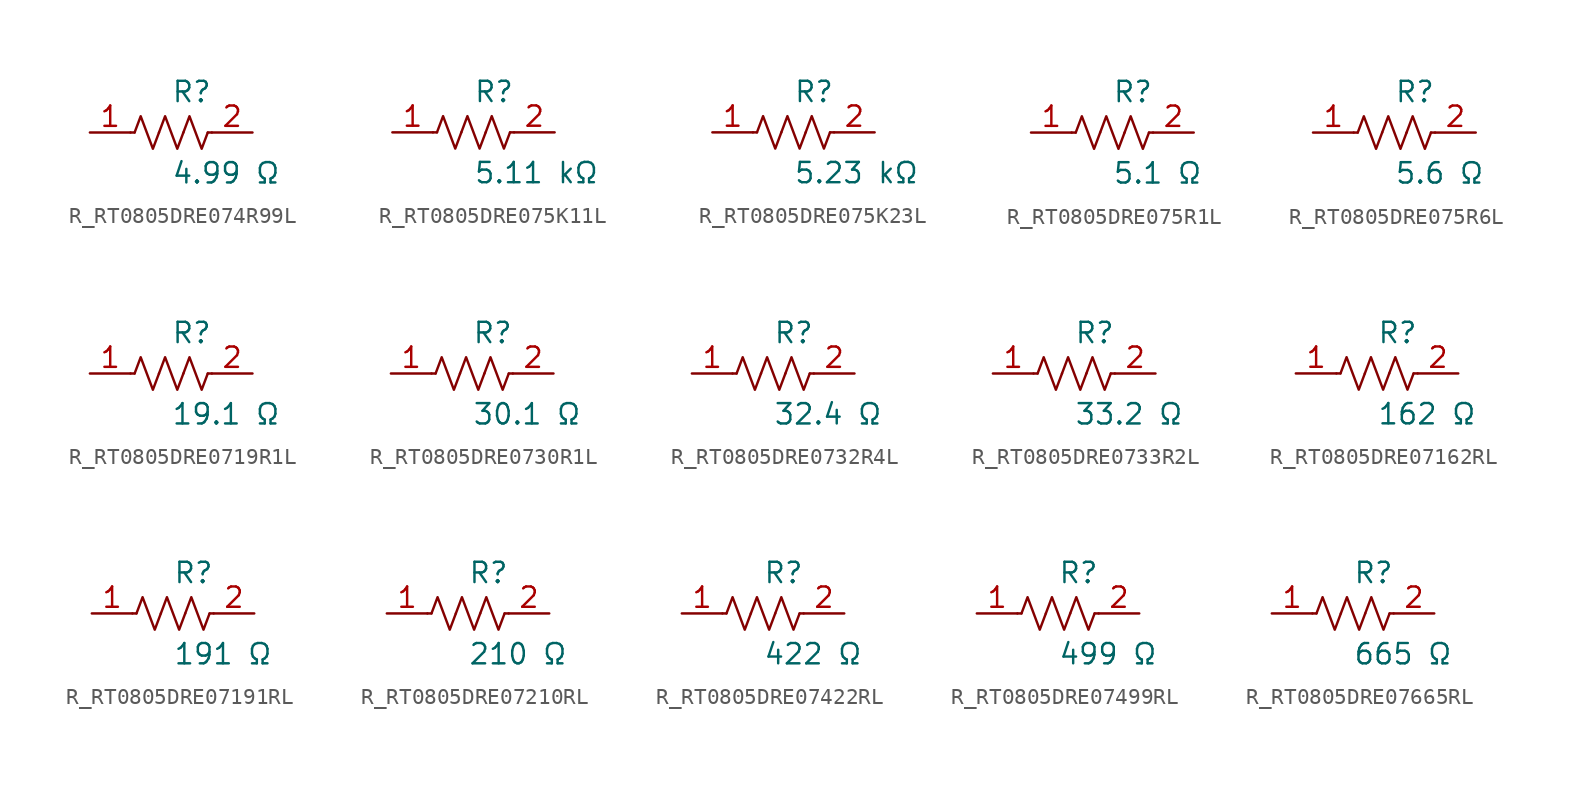
<source format=kicad_sym>
(kicad_symbol_lib
  (version 20231120)
  (generator kicad_symbol_editor)
  (generator_version 8.0)
  (symbol "R_RT0805DRE074R99L"
    (pin_names
      (offset 0.254))
    (property "Reference" "R"
      (at 0.0 2.54 0)
      (effects (font (size 1.27 1.27)) (justify left)))
    (property "Value" "4.99 Ω"
      (at 0.0 -2.54 0)
      (effects (font (size 1.27 1.27)) (justify left)))
    (symbol "R_RT0805DRE074R99L_0_1"
      (polyline (pts (xy 2.286 0) (xy 2.54 0)) (stroke (width 0) (type default)) (fill (type none)))
      (polyline (pts (xy -2.286 0) (xy -2.54 0)) (stroke (width 0) (type default)) (fill (type none)))
      (polyline (pts (xy 0.762 0) (xy 1.143 1.016) (xy 1.524 0) (xy 1.905 -1.016) (xy 2.286 0)) (stroke (width 0) (type default)) (fill (type none)))
      (polyline (pts (xy -0.762 0) (xy -0.381 1.016) (xy 0 0) (xy 0.381 -1.016) (xy 0.762 0)) (stroke (width 0) (type default)) (fill (type none)))
      (polyline (pts (xy -2.286 0) (xy -1.905 1.016) (xy -1.524 0) (xy -1.143 -1.016) (xy -0.762 0)) (stroke (width 0) (type default)) (fill (type none))))
    (pin unspecified line
      (at -5.08 0 0)
      (length 2.54)
      (name "" (effects (font (size 1.27 1.27))))
      (number "1" (effects (font (size 1.27 1.27)))))
    (pin unspecified line
      (at 5.08 0 180)
      (length 2.54)
      (name "" (effects (font (size 1.27 1.27))))
      (number "2" (effects (font (size 1.27 1.27))))))
  (symbol "R_RT0805DRE075K11L"
    (pin_names
      (offset 0.254))
    (property "Reference" "R"
      (at 0.0 2.54 0)
      (effects (font (size 1.27 1.27)) (justify left)))
    (property "Value" "5.11 kΩ"
      (at 0.0 -2.54 0)
      (effects (font (size 1.27 1.27)) (justify left)))
    (symbol "R_RT0805DRE075K11L_0_1"
      (polyline (pts (xy 2.286 0) (xy 2.54 0)) (stroke (width 0) (type default)) (fill (type none)))
      (polyline (pts (xy -2.286 0) (xy -2.54 0)) (stroke (width 0) (type default)) (fill (type none)))
      (polyline (pts (xy 0.762 0) (xy 1.143 1.016) (xy 1.524 0) (xy 1.905 -1.016) (xy 2.286 0)) (stroke (width 0) (type default)) (fill (type none)))
      (polyline (pts (xy -0.762 0) (xy -0.381 1.016) (xy 0 0) (xy 0.381 -1.016) (xy 0.762 0)) (stroke (width 0) (type default)) (fill (type none)))
      (polyline (pts (xy -2.286 0) (xy -1.905 1.016) (xy -1.524 0) (xy -1.143 -1.016) (xy -0.762 0)) (stroke (width 0) (type default)) (fill (type none))))
    (pin unspecified line
      (at -5.08 0 0)
      (length 2.54)
      (name "" (effects (font (size 1.27 1.27))))
      (number "1" (effects (font (size 1.27 1.27)))))
    (pin unspecified line
      (at 5.08 0 180)
      (length 2.54)
      (name "" (effects (font (size 1.27 1.27))))
      (number "2" (effects (font (size 1.27 1.27))))))
  (symbol "R_RT0805DRE075K23L"
    (pin_names
      (offset 0.254))
    (property "Reference" "R"
      (at 0.0 2.54 0)
      (effects (font (size 1.27 1.27)) (justify left)))
    (property "Value" "5.23 kΩ"
      (at 0.0 -2.54 0)
      (effects (font (size 1.27 1.27)) (justify left)))
    (symbol "R_RT0805DRE075K23L_0_1"
      (polyline (pts (xy 2.286 0) (xy 2.54 0)) (stroke (width 0) (type default)) (fill (type none)))
      (polyline (pts (xy -2.286 0) (xy -2.54 0)) (stroke (width 0) (type default)) (fill (type none)))
      (polyline (pts (xy 0.762 0) (xy 1.143 1.016) (xy 1.524 0) (xy 1.905 -1.016) (xy 2.286 0)) (stroke (width 0) (type default)) (fill (type none)))
      (polyline (pts (xy -0.762 0) (xy -0.381 1.016) (xy 0 0) (xy 0.381 -1.016) (xy 0.762 0)) (stroke (width 0) (type default)) (fill (type none)))
      (polyline (pts (xy -2.286 0) (xy -1.905 1.016) (xy -1.524 0) (xy -1.143 -1.016) (xy -0.762 0)) (stroke (width 0) (type default)) (fill (type none))))
    (pin unspecified line
      (at -5.08 0 0)
      (length 2.54)
      (name "" (effects (font (size 1.27 1.27))))
      (number "1" (effects (font (size 1.27 1.27)))))
    (pin unspecified line
      (at 5.08 0 180)
      (length 2.54)
      (name "" (effects (font (size 1.27 1.27))))
      (number "2" (effects (font (size 1.27 1.27))))))
  (symbol "R_RT0805DRE075R1L"
    (pin_names
      (offset 0.254))
    (property "Reference" "R"
      (at 0.0 2.54 0)
      (effects (font (size 1.27 1.27)) (justify left)))
    (property "Value" "5.1 Ω"
      (at 0.0 -2.54 0)
      (effects (font (size 1.27 1.27)) (justify left)))
    (symbol "R_RT0805DRE075R1L_0_1"
      (polyline (pts (xy 2.286 0) (xy 2.54 0)) (stroke (width 0) (type default)) (fill (type none)))
      (polyline (pts (xy -2.286 0) (xy -2.54 0)) (stroke (width 0) (type default)) (fill (type none)))
      (polyline (pts (xy 0.762 0) (xy 1.143 1.016) (xy 1.524 0) (xy 1.905 -1.016) (xy 2.286 0)) (stroke (width 0) (type default)) (fill (type none)))
      (polyline (pts (xy -0.762 0) (xy -0.381 1.016) (xy 0 0) (xy 0.381 -1.016) (xy 0.762 0)) (stroke (width 0) (type default)) (fill (type none)))
      (polyline (pts (xy -2.286 0) (xy -1.905 1.016) (xy -1.524 0) (xy -1.143 -1.016) (xy -0.762 0)) (stroke (width 0) (type default)) (fill (type none))))
    (pin unspecified line
      (at -5.08 0 0)
      (length 2.54)
      (name "" (effects (font (size 1.27 1.27))))
      (number "1" (effects (font (size 1.27 1.27)))))
    (pin unspecified line
      (at 5.08 0 180)
      (length 2.54)
      (name "" (effects (font (size 1.27 1.27))))
      (number "2" (effects (font (size 1.27 1.27))))))
  (symbol "R_RT0805DRE075R6L"
    (pin_names
      (offset 0.254))
    (property "Reference" "R"
      (at 0.0 2.54 0)
      (effects (font (size 1.27 1.27)) (justify left)))
    (property "Value" "5.6 Ω"
      (at 0.0 -2.54 0)
      (effects (font (size 1.27 1.27)) (justify left)))
    (symbol "R_RT0805DRE075R6L_0_1"
      (polyline (pts (xy 2.286 0) (xy 2.54 0)) (stroke (width 0) (type default)) (fill (type none)))
      (polyline (pts (xy -2.286 0) (xy -2.54 0)) (stroke (width 0) (type default)) (fill (type none)))
      (polyline (pts (xy 0.762 0) (xy 1.143 1.016) (xy 1.524 0) (xy 1.905 -1.016) (xy 2.286 0)) (stroke (width 0) (type default)) (fill (type none)))
      (polyline (pts (xy -0.762 0) (xy -0.381 1.016) (xy 0 0) (xy 0.381 -1.016) (xy 0.762 0)) (stroke (width 0) (type default)) (fill (type none)))
      (polyline (pts (xy -2.286 0) (xy -1.905 1.016) (xy -1.524 0) (xy -1.143 -1.016) (xy -0.762 0)) (stroke (width 0) (type default)) (fill (type none))))
    (pin unspecified line
      (at -5.08 0 0)
      (length 2.54)
      (name "" (effects (font (size 1.27 1.27))))
      (number "1" (effects (font (size 1.27 1.27)))))
    (pin unspecified line
      (at 5.08 0 180)
      (length 2.54)
      (name "" (effects (font (size 1.27 1.27))))
      (number "2" (effects (font (size 1.27 1.27))))))
  (symbol "R_RT0805DRE0719R1L"
    (pin_names
      (offset 0.254))
    (property "Reference" "R"
      (at 0.0 2.54 0)
      (effects (font (size 1.27 1.27)) (justify left)))
    (property "Value" "19.1 Ω"
      (at 0.0 -2.54 0)
      (effects (font (size 1.27 1.27)) (justify left)))
    (symbol "R_RT0805DRE0719R1L_0_1"
      (polyline (pts (xy 2.286 0) (xy 2.54 0)) (stroke (width 0) (type default)) (fill (type none)))
      (polyline (pts (xy -2.286 0) (xy -2.54 0)) (stroke (width 0) (type default)) (fill (type none)))
      (polyline (pts (xy 0.762 0) (xy 1.143 1.016) (xy 1.524 0) (xy 1.905 -1.016) (xy 2.286 0)) (stroke (width 0) (type default)) (fill (type none)))
      (polyline (pts (xy -0.762 0) (xy -0.381 1.016) (xy 0 0) (xy 0.381 -1.016) (xy 0.762 0)) (stroke (width 0) (type default)) (fill (type none)))
      (polyline (pts (xy -2.286 0) (xy -1.905 1.016) (xy -1.524 0) (xy -1.143 -1.016) (xy -0.762 0)) (stroke (width 0) (type default)) (fill (type none))))
    (pin unspecified line
      (at -5.08 0 0)
      (length 2.54)
      (name "" (effects (font (size 1.27 1.27))))
      (number "1" (effects (font (size 1.27 1.27)))))
    (pin unspecified line
      (at 5.08 0 180)
      (length 2.54)
      (name "" (effects (font (size 1.27 1.27))))
      (number "2" (effects (font (size 1.27 1.27))))))
  (symbol "R_RT0805DRE0730R1L"
    (pin_names
      (offset 0.254))
    (property "Reference" "R"
      (at 0.0 2.54 0)
      (effects (font (size 1.27 1.27)) (justify left)))
    (property "Value" "30.1 Ω"
      (at 0.0 -2.54 0)
      (effects (font (size 1.27 1.27)) (justify left)))
    (symbol "R_RT0805DRE0730R1L_0_1"
      (polyline (pts (xy 2.286 0) (xy 2.54 0)) (stroke (width 0) (type default)) (fill (type none)))
      (polyline (pts (xy -2.286 0) (xy -2.54 0)) (stroke (width 0) (type default)) (fill (type none)))
      (polyline (pts (xy 0.762 0) (xy 1.143 1.016) (xy 1.524 0) (xy 1.905 -1.016) (xy 2.286 0)) (stroke (width 0) (type default)) (fill (type none)))
      (polyline (pts (xy -0.762 0) (xy -0.381 1.016) (xy 0 0) (xy 0.381 -1.016) (xy 0.762 0)) (stroke (width 0) (type default)) (fill (type none)))
      (polyline (pts (xy -2.286 0) (xy -1.905 1.016) (xy -1.524 0) (xy -1.143 -1.016) (xy -0.762 0)) (stroke (width 0) (type default)) (fill (type none))))
    (pin unspecified line
      (at -5.08 0 0)
      (length 2.54)
      (name "" (effects (font (size 1.27 1.27))))
      (number "1" (effects (font (size 1.27 1.27)))))
    (pin unspecified line
      (at 5.08 0 180)
      (length 2.54)
      (name "" (effects (font (size 1.27 1.27))))
      (number "2" (effects (font (size 1.27 1.27))))))
  (symbol "R_RT0805DRE0732R4L"
    (pin_names
      (offset 0.254))
    (property "Reference" "R"
      (at 0.0 2.54 0)
      (effects (font (size 1.27 1.27)) (justify left)))
    (property "Value" "32.4 Ω"
      (at 0.0 -2.54 0)
      (effects (font (size 1.27 1.27)) (justify left)))
    (symbol "R_RT0805DRE0732R4L_0_1"
      (polyline (pts (xy 2.286 0) (xy 2.54 0)) (stroke (width 0) (type default)) (fill (type none)))
      (polyline (pts (xy -2.286 0) (xy -2.54 0)) (stroke (width 0) (type default)) (fill (type none)))
      (polyline (pts (xy 0.762 0) (xy 1.143 1.016) (xy 1.524 0) (xy 1.905 -1.016) (xy 2.286 0)) (stroke (width 0) (type default)) (fill (type none)))
      (polyline (pts (xy -0.762 0) (xy -0.381 1.016) (xy 0 0) (xy 0.381 -1.016) (xy 0.762 0)) (stroke (width 0) (type default)) (fill (type none)))
      (polyline (pts (xy -2.286 0) (xy -1.905 1.016) (xy -1.524 0) (xy -1.143 -1.016) (xy -0.762 0)) (stroke (width 0) (type default)) (fill (type none))))
    (pin unspecified line
      (at -5.08 0 0)
      (length 2.54)
      (name "" (effects (font (size 1.27 1.27))))
      (number "1" (effects (font (size 1.27 1.27)))))
    (pin unspecified line
      (at 5.08 0 180)
      (length 2.54)
      (name "" (effects (font (size 1.27 1.27))))
      (number "2" (effects (font (size 1.27 1.27))))))
  (symbol "R_RT0805DRE0733R2L"
    (pin_names
      (offset 0.254))
    (property "Reference" "R"
      (at 0.0 2.54 0)
      (effects (font (size 1.27 1.27)) (justify left)))
    (property "Value" "33.2 Ω"
      (at 0.0 -2.54 0)
      (effects (font (size 1.27 1.27)) (justify left)))
    (symbol "R_RT0805DRE0733R2L_0_1"
      (polyline (pts (xy 2.286 0) (xy 2.54 0)) (stroke (width 0) (type default)) (fill (type none)))
      (polyline (pts (xy -2.286 0) (xy -2.54 0)) (stroke (width 0) (type default)) (fill (type none)))
      (polyline (pts (xy 0.762 0) (xy 1.143 1.016) (xy 1.524 0) (xy 1.905 -1.016) (xy 2.286 0)) (stroke (width 0) (type default)) (fill (type none)))
      (polyline (pts (xy -0.762 0) (xy -0.381 1.016) (xy 0 0) (xy 0.381 -1.016) (xy 0.762 0)) (stroke (width 0) (type default)) (fill (type none)))
      (polyline (pts (xy -2.286 0) (xy -1.905 1.016) (xy -1.524 0) (xy -1.143 -1.016) (xy -0.762 0)) (stroke (width 0) (type default)) (fill (type none))))
    (pin unspecified line
      (at -5.08 0 0)
      (length 2.54)
      (name "" (effects (font (size 1.27 1.27))))
      (number "1" (effects (font (size 1.27 1.27)))))
    (pin unspecified line
      (at 5.08 0 180)
      (length 2.54)
      (name "" (effects (font (size 1.27 1.27))))
      (number "2" (effects (font (size 1.27 1.27))))))
  (symbol "R_RT0805DRE07162RL"
    (pin_names
      (offset 0.254))
    (property "Reference" "R"
      (at 0.0 2.54 0)
      (effects (font (size 1.27 1.27)) (justify left)))
    (property "Value" "162 Ω"
      (at 0.0 -2.54 0)
      (effects (font (size 1.27 1.27)) (justify left)))
    (symbol "R_RT0805DRE07162RL_0_1"
      (polyline (pts (xy 2.286 0) (xy 2.54 0)) (stroke (width 0) (type default)) (fill (type none)))
      (polyline (pts (xy -2.286 0) (xy -2.54 0)) (stroke (width 0) (type default)) (fill (type none)))
      (polyline (pts (xy 0.762 0) (xy 1.143 1.016) (xy 1.524 0) (xy 1.905 -1.016) (xy 2.286 0)) (stroke (width 0) (type default)) (fill (type none)))
      (polyline (pts (xy -0.762 0) (xy -0.381 1.016) (xy 0 0) (xy 0.381 -1.016) (xy 0.762 0)) (stroke (width 0) (type default)) (fill (type none)))
      (polyline (pts (xy -2.286 0) (xy -1.905 1.016) (xy -1.524 0) (xy -1.143 -1.016) (xy -0.762 0)) (stroke (width 0) (type default)) (fill (type none))))
    (pin unspecified line
      (at -5.08 0 0)
      (length 2.54)
      (name "" (effects (font (size 1.27 1.27))))
      (number "1" (effects (font (size 1.27 1.27)))))
    (pin unspecified line
      (at 5.08 0 180)
      (length 2.54)
      (name "" (effects (font (size 1.27 1.27))))
      (number "2" (effects (font (size 1.27 1.27))))))
  (symbol "R_RT0805DRE07191RL"
    (pin_names
      (offset 0.254))
    (property "Reference" "R"
      (at 0.0 2.54 0)
      (effects (font (size 1.27 1.27)) (justify left)))
    (property "Value" "191 Ω"
      (at 0.0 -2.54 0)
      (effects (font (size 1.27 1.27)) (justify left)))
    (symbol "R_RT0805DRE07191RL_0_1"
      (polyline (pts (xy 2.286 0) (xy 2.54 0)) (stroke (width 0) (type default)) (fill (type none)))
      (polyline (pts (xy -2.286 0) (xy -2.54 0)) (stroke (width 0) (type default)) (fill (type none)))
      (polyline (pts (xy 0.762 0) (xy 1.143 1.016) (xy 1.524 0) (xy 1.905 -1.016) (xy 2.286 0)) (stroke (width 0) (type default)) (fill (type none)))
      (polyline (pts (xy -0.762 0) (xy -0.381 1.016) (xy 0 0) (xy 0.381 -1.016) (xy 0.762 0)) (stroke (width 0) (type default)) (fill (type none)))
      (polyline (pts (xy -2.286 0) (xy -1.905 1.016) (xy -1.524 0) (xy -1.143 -1.016) (xy -0.762 0)) (stroke (width 0) (type default)) (fill (type none))))
    (pin unspecified line
      (at -5.08 0 0)
      (length 2.54)
      (name "" (effects (font (size 1.27 1.27))))
      (number "1" (effects (font (size 1.27 1.27)))))
    (pin unspecified line
      (at 5.08 0 180)
      (length 2.54)
      (name "" (effects (font (size 1.27 1.27))))
      (number "2" (effects (font (size 1.27 1.27))))))
  (symbol "R_RT0805DRE07210RL"
    (pin_names
      (offset 0.254))
    (property "Reference" "R"
      (at 0.0 2.54 0)
      (effects (font (size 1.27 1.27)) (justify left)))
    (property "Value" "210 Ω"
      (at 0.0 -2.54 0)
      (effects (font (size 1.27 1.27)) (justify left)))
    (symbol "R_RT0805DRE07210RL_0_1"
      (polyline (pts (xy 2.286 0) (xy 2.54 0)) (stroke (width 0) (type default)) (fill (type none)))
      (polyline (pts (xy -2.286 0) (xy -2.54 0)) (stroke (width 0) (type default)) (fill (type none)))
      (polyline (pts (xy 0.762 0) (xy 1.143 1.016) (xy 1.524 0) (xy 1.905 -1.016) (xy 2.286 0)) (stroke (width 0) (type default)) (fill (type none)))
      (polyline (pts (xy -0.762 0) (xy -0.381 1.016) (xy 0 0) (xy 0.381 -1.016) (xy 0.762 0)) (stroke (width 0) (type default)) (fill (type none)))
      (polyline (pts (xy -2.286 0) (xy -1.905 1.016) (xy -1.524 0) (xy -1.143 -1.016) (xy -0.762 0)) (stroke (width 0) (type default)) (fill (type none))))
    (pin unspecified line
      (at -5.08 0 0)
      (length 2.54)
      (name "" (effects (font (size 1.27 1.27))))
      (number "1" (effects (font (size 1.27 1.27)))))
    (pin unspecified line
      (at 5.08 0 180)
      (length 2.54)
      (name "" (effects (font (size 1.27 1.27))))
      (number "2" (effects (font (size 1.27 1.27))))))
  (symbol "R_RT0805DRE07422RL"
    (pin_names
      (offset 0.254))
    (property "Reference" "R"
      (at 0.0 2.54 0)
      (effects (font (size 1.27 1.27)) (justify left)))
    (property "Value" "422 Ω"
      (at 0.0 -2.54 0)
      (effects (font (size 1.27 1.27)) (justify left)))
    (symbol "R_RT0805DRE07422RL_0_1"
      (polyline (pts (xy 2.286 0) (xy 2.54 0)) (stroke (width 0) (type default)) (fill (type none)))
      (polyline (pts (xy -2.286 0) (xy -2.54 0)) (stroke (width 0) (type default)) (fill (type none)))
      (polyline (pts (xy 0.762 0) (xy 1.143 1.016) (xy 1.524 0) (xy 1.905 -1.016) (xy 2.286 0)) (stroke (width 0) (type default)) (fill (type none)))
      (polyline (pts (xy -0.762 0) (xy -0.381 1.016) (xy 0 0) (xy 0.381 -1.016) (xy 0.762 0)) (stroke (width 0) (type default)) (fill (type none)))
      (polyline (pts (xy -2.286 0) (xy -1.905 1.016) (xy -1.524 0) (xy -1.143 -1.016) (xy -0.762 0)) (stroke (width 0) (type default)) (fill (type none))))
    (pin unspecified line
      (at -5.08 0 0)
      (length 2.54)
      (name "" (effects (font (size 1.27 1.27))))
      (number "1" (effects (font (size 1.27 1.27)))))
    (pin unspecified line
      (at 5.08 0 180)
      (length 2.54)
      (name "" (effects (font (size 1.27 1.27))))
      (number "2" (effects (font (size 1.27 1.27))))))
  (symbol "R_RT0805DRE07499RL"
    (pin_names
      (offset 0.254))
    (property "Reference" "R"
      (at 0.0 2.54 0)
      (effects (font (size 1.27 1.27)) (justify left)))
    (property "Value" "499 Ω"
      (at 0.0 -2.54 0)
      (effects (font (size 1.27 1.27)) (justify left)))
    (symbol "R_RT0805DRE07499RL_0_1"
      (polyline (pts (xy 2.286 0) (xy 2.54 0)) (stroke (width 0) (type default)) (fill (type none)))
      (polyline (pts (xy -2.286 0) (xy -2.54 0)) (stroke (width 0) (type default)) (fill (type none)))
      (polyline (pts (xy 0.762 0) (xy 1.143 1.016) (xy 1.524 0) (xy 1.905 -1.016) (xy 2.286 0)) (stroke (width 0) (type default)) (fill (type none)))
      (polyline (pts (xy -0.762 0) (xy -0.381 1.016) (xy 0 0) (xy 0.381 -1.016) (xy 0.762 0)) (stroke (width 0) (type default)) (fill (type none)))
      (polyline (pts (xy -2.286 0) (xy -1.905 1.016) (xy -1.524 0) (xy -1.143 -1.016) (xy -0.762 0)) (stroke (width 0) (type default)) (fill (type none))))
    (pin unspecified line
      (at -5.08 0 0)
      (length 2.54)
      (name "" (effects (font (size 1.27 1.27))))
      (number "1" (effects (font (size 1.27 1.27)))))
    (pin unspecified line
      (at 5.08 0 180)
      (length 2.54)
      (name "" (effects (font (size 1.27 1.27))))
      (number "2" (effects (font (size 1.27 1.27))))))
  (symbol "R_RT0805DRE07665RL"
    (pin_names
      (offset 0.254))
    (property "Reference" "R"
      (at 0.0 2.54 0)
      (effects (font (size 1.27 1.27)) (justify left)))
    (property "Value" "665 Ω"
      (at 0.0 -2.54 0)
      (effects (font (size 1.27 1.27)) (justify left)))
    (symbol "R_RT0805DRE07665RL_0_1"
      (polyline (pts (xy 2.286 0) (xy 2.54 0)) (stroke (width 0) (type default)) (fill (type none)))
      (polyline (pts (xy -2.286 0) (xy -2.54 0)) (stroke (width 0) (type default)) (fill (type none)))
      (polyline (pts (xy 0.762 0) (xy 1.143 1.016) (xy 1.524 0) (xy 1.905 -1.016) (xy 2.286 0)) (stroke (width 0) (type default)) (fill (type none)))
      (polyline (pts (xy -0.762 0) (xy -0.381 1.016) (xy 0 0) (xy 0.381 -1.016) (xy 0.762 0)) (stroke (width 0) (type default)) (fill (type none)))
      (polyline (pts (xy -2.286 0) (xy -1.905 1.016) (xy -1.524 0) (xy -1.143 -1.016) (xy -0.762 0)) (stroke (width 0) (type default)) (fill (type none))))
    (pin unspecified line
      (at -5.08 0 0)
      (length 2.54)
      (name "" (effects (font (size 1.27 1.27))))
      (number "1" (effects (font (size 1.27 1.27)))))
    (pin unspecified line
      (at 5.08 0 180)
      (length 2.54)
      (name "" (effects (font (size 1.27 1.27))))
      (number "2" (effects (font (size 1.27 1.27)))))))
</source>
